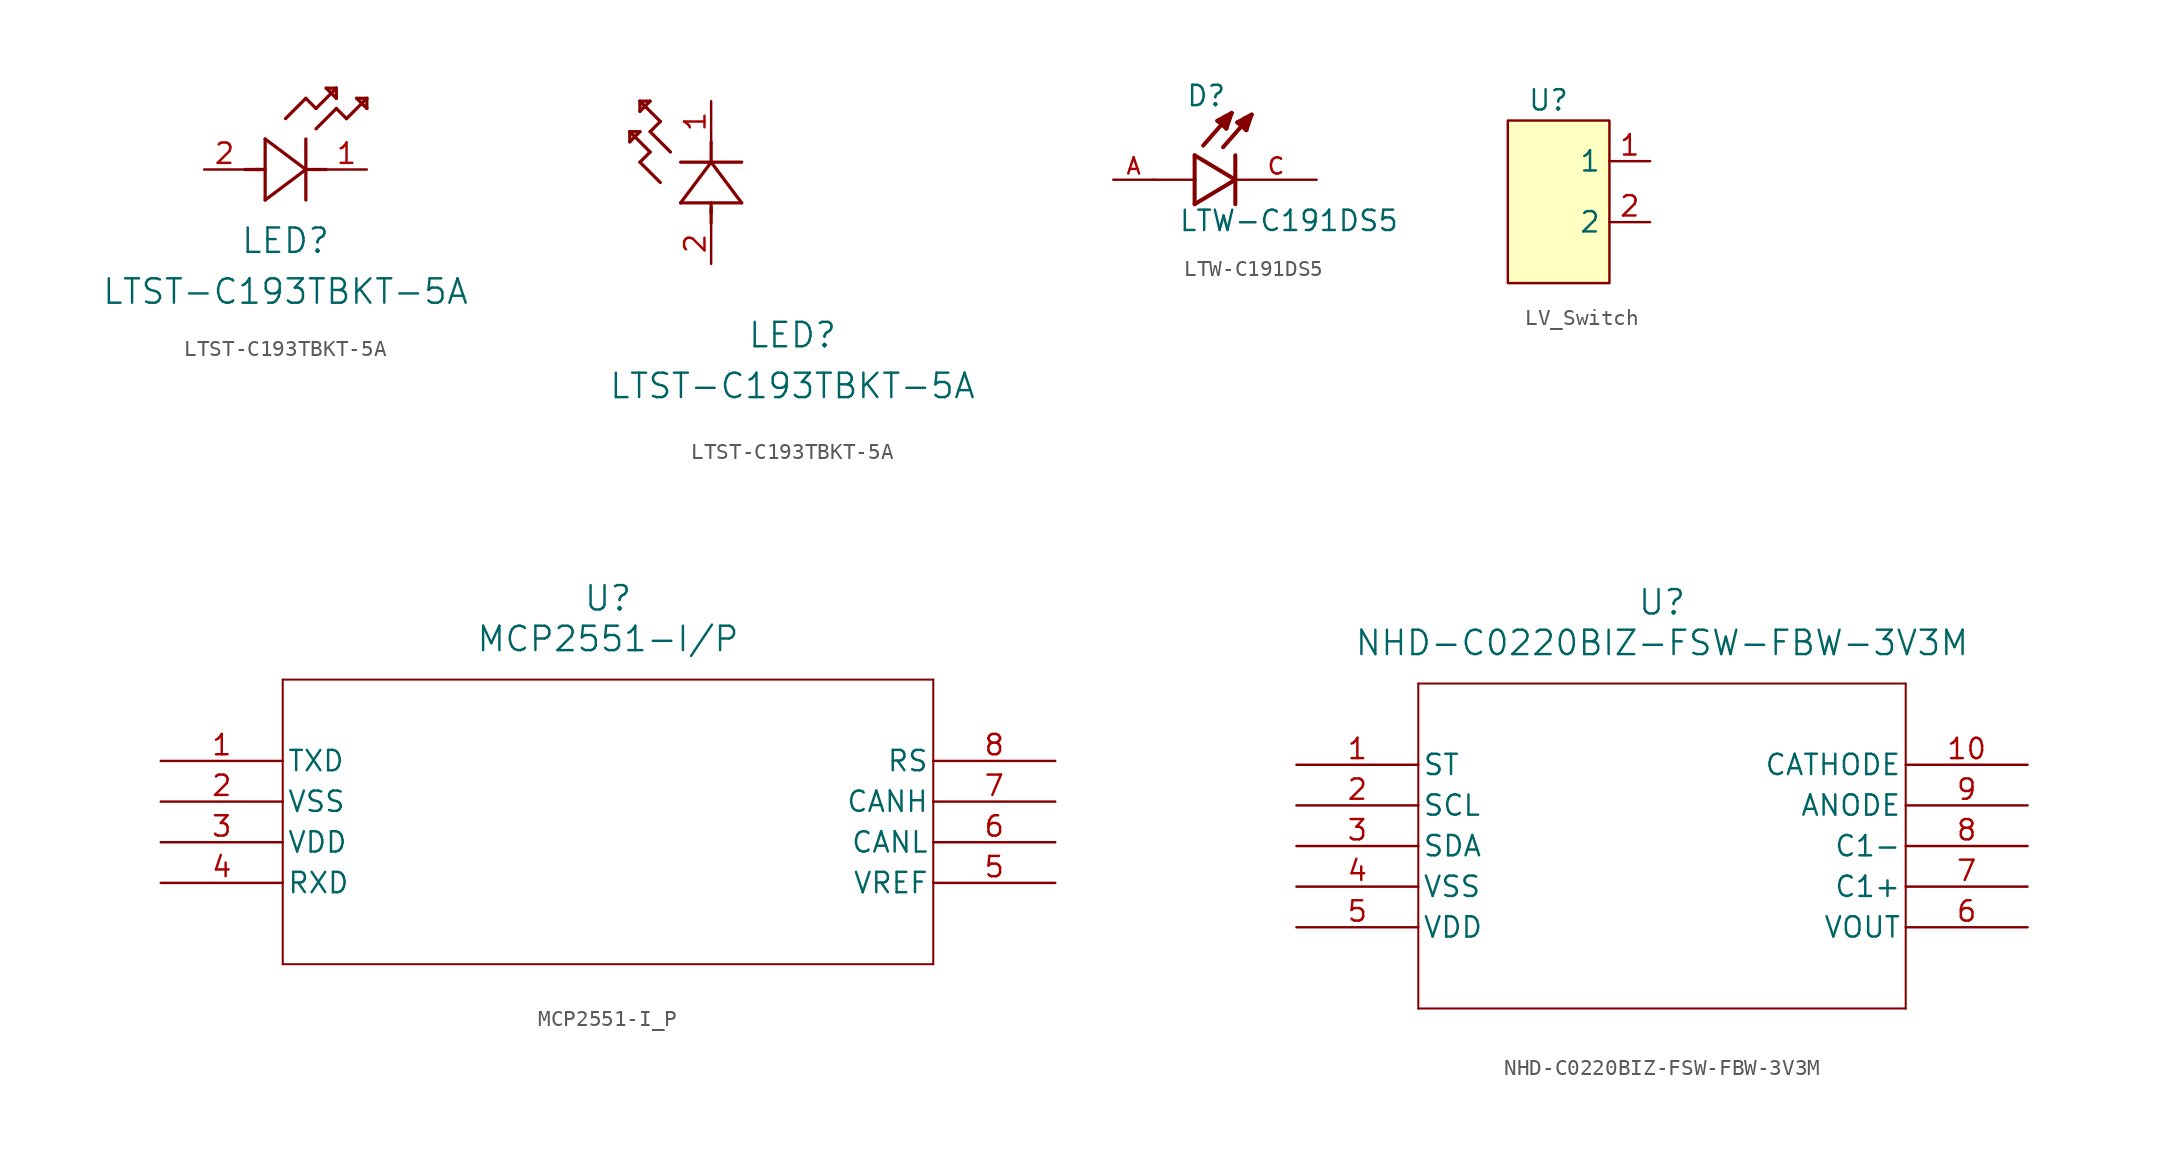
<source format=kicad_sym>
(kicad_symbol_lib
  (version 20241209)
  (generator "kicad_symbol_editor")
  (generator_version "9.0")
  (symbol "LTST-C193TBKT-5A"
    (pin_names
      (offset 0.254))
    (property "Reference" "LED"
      (at 5.08 -4.445 0)
      (effects (font (size 1.524 1.524))))
    (property "Value" "LTST-C193TBKT-5A"
      (at 5.08 -7.62 0)
      (effects (font (size 1.524 1.524))))
    (property "ki_locked" ""
      (at 0 0 0)
      (effects (font (size 1.27 1.27))))
    (symbol "LTST-C193TBKT-5A_1_1"
      (polyline (pts (xy 2.54 0) (xy 3.48 0)) (stroke (width 0.203) (type default)) (fill (type none)))
      (polyline (pts (xy 3.175 0) (xy 3.81 0)) (stroke (width 0.203) (type default)) (fill (type none)))
      (polyline (pts (xy 3.81 1.905) (xy 3.81 -1.905)) (stroke (width 0.203) (type default)) (fill (type none)))
      (polyline (pts (xy 3.81 -1.905) (xy 6.35 0)) (stroke (width 0.203) (type default)) (fill (type none)))
      (polyline (pts (xy 5.08 3.175) (xy 6.35 4.445)) (stroke (width 0.203) (type default)) (fill (type none)))
      (polyline (pts (xy 6.35 4.445) (xy 6.985 3.81)) (stroke (width 0.203) (type default)) (fill (type none)))
      (polyline (pts (xy 6.35 0) (xy 3.81 1.905)) (stroke (width 0.203) (type default)) (fill (type none)))
      (polyline (pts (xy 6.35 0) (xy 7.62 0)) (stroke (width 0.203) (type default)) (fill (type none)))
      (polyline (pts (xy 6.35 -1.905) (xy 6.35 1.905)) (stroke (width 0.203) (type default)) (fill (type none)))
      (polyline (pts (xy 6.985 3.81) (xy 8.255 5.08)) (stroke (width 0.203) (type default)) (fill (type none)))
      (polyline (pts (xy 6.985 2.54) (xy 8.255 3.81)) (stroke (width 0.203) (type default)) (fill (type none)))
      (polyline (pts (xy 7.62 5.08) (xy 8.255 4.445)) (stroke (width 0.203) (type default)) (fill (type none)))
      (polyline (pts (xy 8.255 5.08) (xy 7.62 5.08)) (stroke (width 0.203) (type default)) (fill (type none)))
      (polyline (pts (xy 8.255 4.445) (xy 8.255 5.08)) (stroke (width 0.203) (type default)) (fill (type none)))
      (polyline (pts (xy 8.255 3.81) (xy 8.89 3.175)) (stroke (width 0.203) (type default)) (fill (type none)))
      (polyline (pts (xy 8.89 3.175) (xy 10.16 4.445)) (stroke (width 0.203) (type default)) (fill (type none)))
      (polyline (pts (xy 9.525 4.445) (xy 10.16 3.81)) (stroke (width 0.203) (type default)) (fill (type none)))
      (polyline (pts (xy 10.16 4.445) (xy 9.525 4.445)) (stroke (width 0.203) (type default)) (fill (type none)))
      (polyline (pts (xy 10.16 3.81) (xy 10.16 4.445)) (stroke (width 0.203) (type default)) (fill (type none)))
      (pin unspecified line (at 0 0 0) (length 2.54) (name "" (effects (font (size 1.27 1.27)))) (number "2" (effects (font (size 1.27 1.27)))))
      (pin unspecified line (at 10.16 0 180) (length 2.54) (name "" (effects (font (size 1.27 1.27)))) (number "1" (effects (font (size 1.27 1.27))))))
    (symbol "LTST-C193TBKT-5A_1_2"
      (polyline (pts (xy -5.08 8.255) (xy -5.08 7.62)) (stroke (width 0.203) (type default)) (fill (type none)))
      (polyline (pts (xy -5.08 7.62) (xy -4.445 8.255)) (stroke (width 0.203) (type default)) (fill (type none)))
      (polyline (pts (xy -4.445 10.16) (xy -4.445 9.525)) (stroke (width 0.203) (type default)) (fill (type none)))
      (polyline (pts (xy -4.445 9.525) (xy -3.81 10.16)) (stroke (width 0.203) (type default)) (fill (type none)))
      (polyline (pts (xy -4.445 8.255) (xy -5.08 8.255)) (stroke (width 0.203) (type default)) (fill (type none)))
      (polyline (pts (xy -4.445 6.35) (xy -3.81 6.985)) (stroke (width 0.203) (type default)) (fill (type none)))
      (polyline (pts (xy -3.81 10.16) (xy -4.445 10.16)) (stroke (width 0.203) (type default)) (fill (type none)))
      (polyline (pts (xy -3.81 8.255) (xy -3.175 8.89)) (stroke (width 0.203) (type default)) (fill (type none)))
      (polyline (pts (xy -3.81 6.985) (xy -5.08 8.255)) (stroke (width 0.203) (type default)) (fill (type none)))
      (polyline (pts (xy -3.175 8.89) (xy -4.445 10.16)) (stroke (width 0.203) (type default)) (fill (type none)))
      (polyline (pts (xy -3.175 5.08) (xy -4.445 6.35)) (stroke (width 0.203) (type default)) (fill (type none)))
      (polyline (pts (xy -2.54 6.985) (xy -3.81 8.255)) (stroke (width 0.203) (type default)) (fill (type none)))
      (polyline (pts (xy -1.905 3.81) (xy 1.905 3.81)) (stroke (width 0.203) (type default)) (fill (type none)))
      (polyline (pts (xy 0 6.35) (xy -1.905 3.81)) (stroke (width 0.203) (type default)) (fill (type none)))
      (polyline (pts (xy 0 6.35) (xy 0 7.62)) (stroke (width 0.203) (type default)) (fill (type none)))
      (polyline (pts (xy 0 3.175) (xy 0 3.81)) (stroke (width 0.203) (type default)) (fill (type none)))
      (polyline (pts (xy 0 2.54) (xy 0 3.48)) (stroke (width 0.203) (type default)) (fill (type none)))
      (polyline (pts (xy 1.905 6.35) (xy -1.905 6.35)) (stroke (width 0.203) (type default)) (fill (type none)))
      (polyline (pts (xy 1.905 3.81) (xy 0 6.35)) (stroke (width 0.203) (type default)) (fill (type none)))
      (pin unspecified line (at 0 10.16 270) (length 2.54) (name "" (effects (font (size 1.27 1.27)))) (number "1" (effects (font (size 1.27 1.27)))))
      (pin unspecified line (at 0 0 90) (length 2.54) (name "" (effects (font (size 1.27 1.27)))) (number "2" (effects (font (size 1.27 1.27)))))))
  (symbol "LTW-C191DS5"
    (pin_names
      (offset 1.016))
    (property "Reference" "D"
      (at -3.099 4.496 0)
      (effects (font (size 1.27 1.27)) (justify left bottom)))
    (property "Value" "LTW-C191DS5"
      (at -3.556 -3.302 0)
      (effects (font (size 1.27 1.27)) (justify left bottom)))
    (symbol "LTW-C191DS5_0_0"
      (polyline (pts (xy -2.54 1.524) (xy -2.54 0)) (stroke (width 0.254) (type default)) (fill (type none)))
      (polyline (pts (xy -2.54 0) (xy -5.08 0)) (stroke (width 0.152) (type default)) (fill (type none)))
      (polyline (pts (xy -2.54 0) (xy -2.54 -1.524)) (stroke (width 0.254) (type default)) (fill (type none)))
      (polyline (pts (xy -2.54 -1.524) (xy 0 0)) (stroke (width 0.254) (type default)) (fill (type none)))
      (polyline (pts (xy -1.118 3.683) (xy -0.229 4.166)) (stroke (width 0.254) (type default)) (fill (type none)))
      (polyline (pts (xy -0.94 3.607) (xy -0.711 3.759)) (stroke (width 0.254) (type default)) (fill (type none)))
      (polyline (pts (xy -0.559 3.2) (xy -1.118 3.683)) (stroke (width 0.254) (type default)) (fill (type none)))
      (polyline (pts (xy -0.559 3.2) (xy -0.533 3.937)) (stroke (width 0.254) (type default)) (fill (type none)))
      (polyline (pts (xy -0.533 3.937) (xy -0.66 3.937)) (stroke (width 0.254) (type default)) (fill (type none)))
      (polyline (pts (xy -0.229 4.166) (xy -2.007 2.134)) (stroke (width 0.254) (type default)) (fill (type none)))
      (polyline (pts (xy -0.229 4.166) (xy -0.559 3.2)) (stroke (width 0.254) (type default)) (fill (type none)))
      (polyline (pts (xy 0 1.524) (xy 0 -1.524)) (stroke (width 0.254) (type default)) (fill (type none)))
      (polyline (pts (xy 0 0) (xy -2.54 1.524)) (stroke (width 0.254) (type default)) (fill (type none)))
      (polyline (pts (xy 0.127 3.581) (xy 1.016 4.064)) (stroke (width 0.254) (type default)) (fill (type none)))
      (polyline (pts (xy 0.305 3.505) (xy 0.533 3.658)) (stroke (width 0.254) (type default)) (fill (type none)))
      (polyline (pts (xy 0.686 3.099) (xy 0.127 3.581)) (stroke (width 0.254) (type default)) (fill (type none)))
      (polyline (pts (xy 0.686 3.099) (xy 0.711 3.835)) (stroke (width 0.254) (type default)) (fill (type none)))
      (polyline (pts (xy 0.711 3.835) (xy 0.584 3.835)) (stroke (width 0.254) (type default)) (fill (type none)))
      (polyline (pts (xy 1.016 4.064) (xy -0.762 2.032)) (stroke (width 0.254) (type default)) (fill (type none)))
      (polyline (pts (xy 1.016 4.064) (xy 0.686 3.099)) (stroke (width 0.254) (type default)) (fill (type none)))
      (pin passive line (at -7.62 0 0) (length 2.54) (name "~" (effects (font (size 1.016 1.016)))) (number "A" (effects (font (size 1.016 1.016)))))
      (pin passive line (at 5.08 0 180) (length 5.08) (name "~" (effects (font (size 1.016 1.016)))) (number "C" (effects (font (size 1.016 1.016)))))))
  (symbol "LV_Switch"
    (property "Reference" "U"
      (at 0 0 0)
      (effects (font (size 1.27 1.27))))
    (property "Value" ""
      (at 0 0 0)
      (effects (font (size 1.27 1.27))))
    (symbol "LV_Switch_0_1"
      (rectangle (start -2.54 -1.27) (end 3.81 -11.43) (stroke (width 0) (type default)) (fill (type background))))
    (symbol "LV_Switch_1_1"
      (pin passive line (at 6.35 -3.81 180) (length 2.54) (name "1" (effects (font (size 1.27 1.27)))) (number "1" (effects (font (size 1.27 1.27)))))
      (pin passive line (at 6.35 -7.62 180) (length 2.54) (name "2" (effects (font (size 1.27 1.27)))) (number "2" (effects (font (size 1.27 1.27)))))))
  (symbol "MCP2551-I_P"
    (pin_names
      (offset 0.254))
    (property "Reference" "U"
      (at 27.94 10.16 0)
      (effects (font (size 1.524 1.524))))
    (property "Value" "MCP2551-I/P"
      (at 27.94 7.62 0)
      (effects (font (size 1.524 1.524))))
    (property "ki_locked" ""
      (at 0 0 0)
      (effects (font (size 1.27 1.27))))
    (symbol "MCP2551-I_P_0_1"
      (polyline (pts (xy 7.62 5.08) (xy 7.62 -12.7)) (stroke (width 0.127) (type default)) (fill (type none)))
      (polyline (pts (xy 7.62 -12.7) (xy 48.26 -12.7)) (stroke (width 0.127) (type default)) (fill (type none)))
      (polyline (pts (xy 48.26 5.08) (xy 7.62 5.08)) (stroke (width 0.127) (type default)) (fill (type none)))
      (polyline (pts (xy 48.26 -12.7) (xy 48.26 5.08)) (stroke (width 0.127) (type default)) (fill (type none)))
      (pin unspecified line (at 0 0 0) (length 7.62) (name "TXD" (effects (font (size 1.27 1.27)))) (number "1" (effects (font (size 1.27 1.27)))))
      (pin unspecified line (at 0 -2.54 0) (length 7.62) (name "VSS" (effects (font (size 1.27 1.27)))) (number "2" (effects (font (size 1.27 1.27)))))
      (pin unspecified line (at 0 -5.08 0) (length 7.62) (name "VDD" (effects (font (size 1.27 1.27)))) (number "3" (effects (font (size 1.27 1.27)))))
      (pin unspecified line (at 0 -7.62 0) (length 7.62) (name "RXD" (effects (font (size 1.27 1.27)))) (number "4" (effects (font (size 1.27 1.27)))))
      (pin unspecified line (at 55.88 0 180) (length 7.62) (name "RS" (effects (font (size 1.27 1.27)))) (number "8" (effects (font (size 1.27 1.27)))))
      (pin unspecified line (at 55.88 -2.54 180) (length 7.62) (name "CANH" (effects (font (size 1.27 1.27)))) (number "7" (effects (font (size 1.27 1.27)))))
      (pin unspecified line (at 55.88 -5.08 180) (length 7.62) (name "CANL" (effects (font (size 1.27 1.27)))) (number "6" (effects (font (size 1.27 1.27)))))
      (pin unspecified line (at 55.88 -7.62 180) (length 7.62) (name "VREF" (effects (font (size 1.27 1.27)))) (number "5" (effects (font (size 1.27 1.27)))))))
  (symbol "NHD-C0220BIZ-FSW-FBW-3V3M"
    (pin_names
      (offset 0.254))
    (property "Reference" "U"
      (at 22.86 10.16 0)
      (effects (font (size 1.524 1.524))))
    (property "Value" "NHD-C0220BIZ-FSW-FBW-3V3M"
      (at 22.86 7.62 0)
      (effects (font (size 1.524 1.524))))
    (property "ki_locked" ""
      (at 0 0 0)
      (effects (font (size 1.27 1.27))))
    (symbol "NHD-C0220BIZ-FSW-FBW-3V3M_0_1"
      (polyline (pts (xy 7.62 5.08) (xy 7.62 -15.24)) (stroke (width 0.127) (type default)) (fill (type none)))
      (polyline (pts (xy 7.62 -15.24) (xy 38.1 -15.24)) (stroke (width 0.127) (type default)) (fill (type none)))
      (polyline (pts (xy 38.1 5.08) (xy 7.62 5.08)) (stroke (width 0.127) (type default)) (fill (type none)))
      (polyline (pts (xy 38.1 -15.24) (xy 38.1 5.08)) (stroke (width 0.127) (type default)) (fill (type none)))
      (pin unspecified line (at 0 0 0) (length 7.62) (name "ST" (effects (font (size 1.27 1.27)))) (number "1" (effects (font (size 1.27 1.27)))))
      (pin unspecified line (at 0 -2.54 0) (length 7.62) (name "SCL" (effects (font (size 1.27 1.27)))) (number "2" (effects (font (size 1.27 1.27)))))
      (pin unspecified line (at 0 -5.08 0) (length 7.62) (name "SDA" (effects (font (size 1.27 1.27)))) (number "3" (effects (font (size 1.27 1.27)))))
      (pin unspecified line (at 0 -7.62 0) (length 7.62) (name "VSS" (effects (font (size 1.27 1.27)))) (number "4" (effects (font (size 1.27 1.27)))))
      (pin unspecified line (at 0 -10.16 0) (length 7.62) (name "VDD" (effects (font (size 1.27 1.27)))) (number "5" (effects (font (size 1.27 1.27)))))
      (pin unspecified line (at 45.72 0 180) (length 7.62) (name "CATHODE" (effects (font (size 1.27 1.27)))) (number "10" (effects (font (size 1.27 1.27)))))
      (pin unspecified line (at 45.72 -2.54 180) (length 7.62) (name "ANODE" (effects (font (size 1.27 1.27)))) (number "9" (effects (font (size 1.27 1.27)))))
      (pin unspecified line (at 45.72 -5.08 180) (length 7.62) (name "C1-" (effects (font (size 1.27 1.27)))) (number "8" (effects (font (size 1.27 1.27)))))
      (pin unspecified line (at 45.72 -7.62 180) (length 7.62) (name "C1+" (effects (font (size 1.27 1.27)))) (number "7" (effects (font (size 1.27 1.27)))))
      (pin unspecified line (at 45.72 -10.16 180) (length 7.62) (name "VOUT" (effects (font (size 1.27 1.27)))) (number "6" (effects (font (size 1.27 1.27))))))))
</source>
